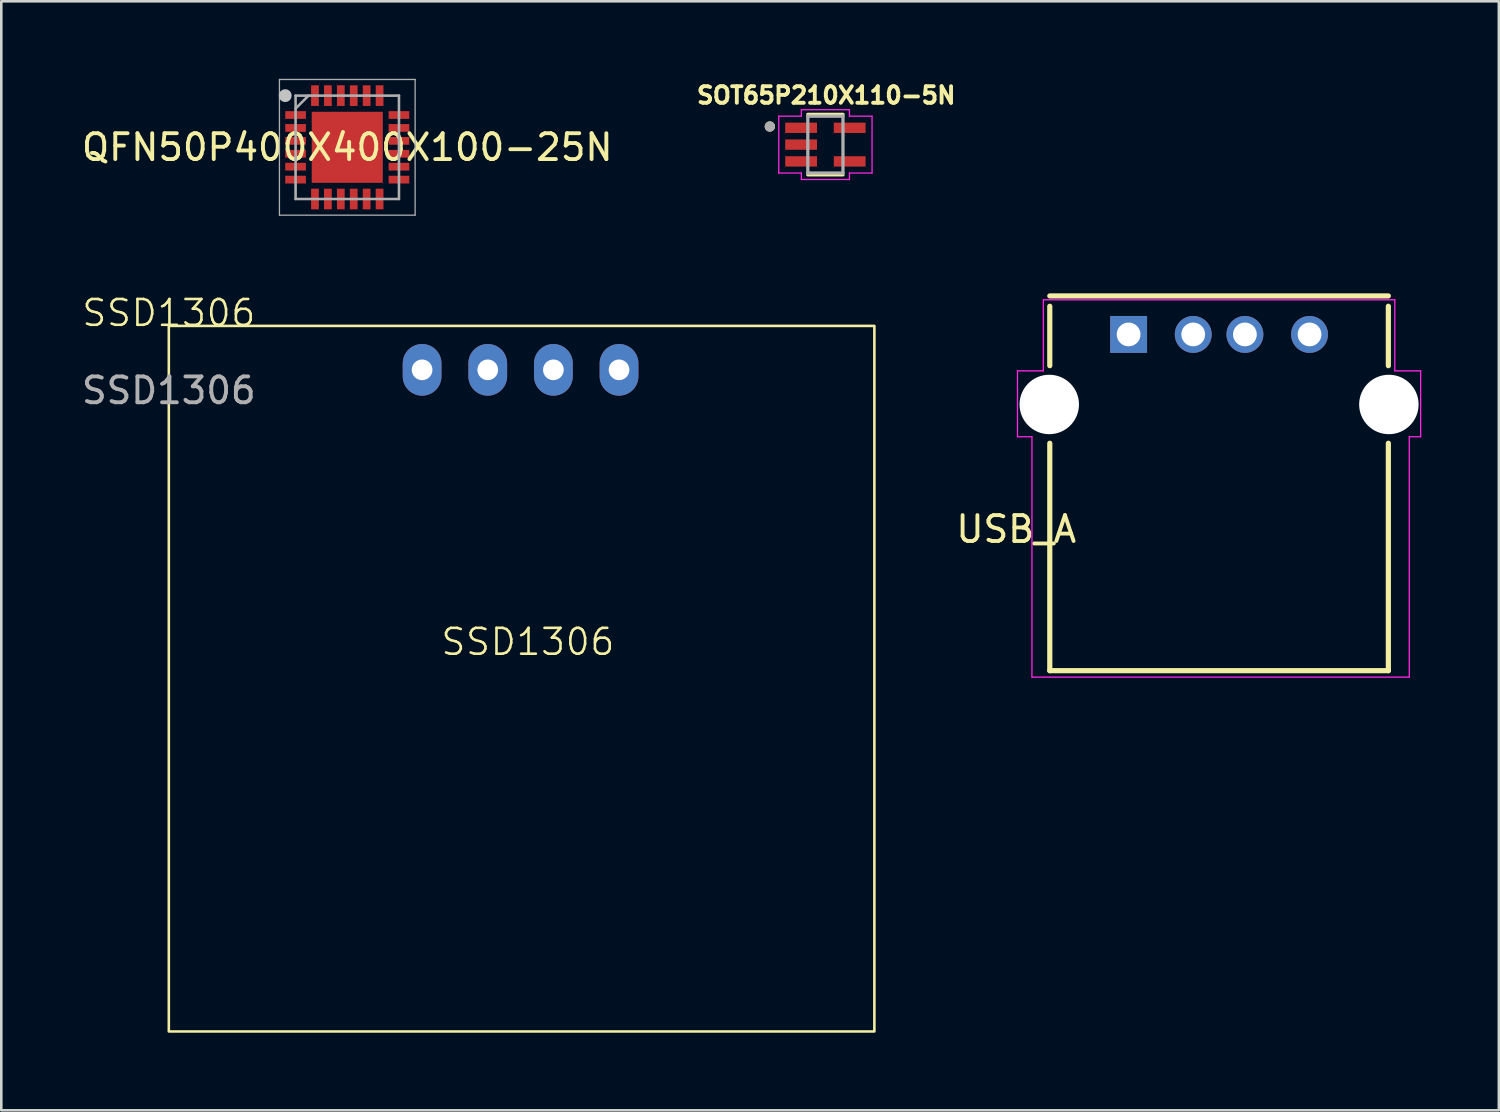
<source format=kicad_pcb>
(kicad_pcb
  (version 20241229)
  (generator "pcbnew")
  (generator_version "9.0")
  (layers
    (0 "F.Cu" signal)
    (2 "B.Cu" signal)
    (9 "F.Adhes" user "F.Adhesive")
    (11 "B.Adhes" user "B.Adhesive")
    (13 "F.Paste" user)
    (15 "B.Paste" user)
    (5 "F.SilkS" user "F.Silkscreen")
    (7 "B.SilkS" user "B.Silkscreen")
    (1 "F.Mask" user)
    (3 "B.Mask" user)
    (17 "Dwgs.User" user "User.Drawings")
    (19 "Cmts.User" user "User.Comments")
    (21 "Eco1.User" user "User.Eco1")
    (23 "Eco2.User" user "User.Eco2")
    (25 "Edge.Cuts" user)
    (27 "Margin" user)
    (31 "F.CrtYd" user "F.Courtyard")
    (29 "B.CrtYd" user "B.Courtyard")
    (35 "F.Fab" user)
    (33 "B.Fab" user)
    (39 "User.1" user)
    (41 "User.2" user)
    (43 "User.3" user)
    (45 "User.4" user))
  (footprint "USB_A"
    (layer "F.Cu")
    (at 44.119 16.4)
    (property "Reference" "USB_A" (at -7.848 1.027 180) (layer "F.SilkS") (effects (font (size 1.002 1.002) (thickness 0.15))))
    (attr through_hole)
    (fp_line (start -6.55 -8) (end 6.55 -8) (stroke (width 0.2) (type solid)) (layer "F.SilkS"))
    (fp_line (start -6.55 -5.3) (end -6.55 -7.6) (stroke (width 0.2) (type solid)) (layer "F.SilkS"))
    (fp_line (start -6.55 -2.3) (end -6.55 6.5) (stroke (width 0.2) (type solid)) (layer "F.SilkS"))
    (fp_line (start -6.55 6.5) (end 6.55 6.5) (stroke (width 0.2) (type solid)) (layer "F.SilkS"))
    (fp_line (start 6.55 -7.6) (end 6.55 -5.3) (stroke (width 0.2) (type solid)) (layer "F.SilkS"))
    (fp_line (start 6.55 6.5) (end 6.55 -2.3) (stroke (width 0.2) (type solid)) (layer "F.SilkS"))
    (fp_line (start -7.8 -5.1) (end -6.8 -5.1) (stroke (width 0.05) (type solid)) (layer "F.CrtYd"))
    (fp_line (start -7.8 -2.55) (end -7.8 -5.1) (stroke (width 0.05) (type solid)) (layer "F.CrtYd"))
    (fp_line (start -7.24 -2.55) (end -7.8 -2.55) (stroke (width 0.05) (type solid)) (layer "F.CrtYd"))
    (fp_line (start -7.24 6.75) (end -7.24 -2.55) (stroke (width 0.05) (type solid)) (layer "F.CrtYd"))
    (fp_line (start -6.8 -7.85) (end 6.8 -7.85) (stroke (width 0.05) (type solid)) (layer "F.CrtYd"))
    (fp_line (start -6.8 -5.1) (end -6.8 -7.85) (stroke (width 0.05) (type solid)) (layer "F.CrtYd"))
    (fp_line (start 6.8 -7.85) (end 6.8 -5.1) (stroke (width 0.05) (type solid)) (layer "F.CrtYd"))
    (fp_line (start 6.8 -5.1) (end 7.8 -5.1) (stroke (width 0.05) (type solid)) (layer "F.CrtYd"))
    (fp_line (start 7.36 -2.55) (end 7.36 6.75) (stroke (width 0.05) (type solid)) (layer "F.CrtYd"))
    (fp_line (start 7.36 6.75) (end -7.24 6.75) (stroke (width 0.05) (type solid)) (layer "F.CrtYd"))
    (fp_line (start 7.8 -5.1) (end 7.8 -2.55) (stroke (width 0.05) (type solid)) (layer "F.CrtYd"))
    (fp_line (start 7.8 -2.55) (end 7.36 -2.55) (stroke (width 0.05) (type solid)) (layer "F.CrtYd"))
    (pad "" np_thru_hole circle (at -6.57 -3.8) (size 2.3 2.3) (drill 2.3) (layers "*.Cu" "*.Mask"))
    (pad "" np_thru_hole circle (at 6.57 -3.8) (size 2.3 2.3) (drill 2.3) (layers "*.Cu" "*.Mask"))
    (pad "1" thru_hole rect (at -3.5 -6.51) (size 1.428 1.428) (drill 0.92) (layers "*.Cu" "*.Mask"))
    (pad "2" thru_hole circle (at -1 -6.51) (size 1.428 1.428) (drill 0.92) (layers "*.Cu" "*.Mask"))
    (pad "3" thru_hole circle (at 1 -6.51) (size 1.428 1.428) (drill 0.92) (layers "*.Cu" "*.Mask"))
    (pad "4" thru_hole circle (at 3.5 -6.51) (size 1.428 1.428) (drill 0.92) (layers "*.Cu" "*.Mask")))
  (footprint "SSD1306"
    (layer "F.Cu")
    (at 3.482 9.56)
    (property "Reference" "SSD1306" (at 0 -0.5 0) (unlocked yes) (layer "F.SilkS") (effects (font (size 1 1) (thickness 0.1))))
    (attr through_hole)
    (fp_rect (start 0 0) (end 27.3 27.3) (stroke (width 0.1) (type default)) (fill no) (layer "F.SilkS"))
    (fp_text user "SSD1306" (at 10.47 12.81 0) (unlocked yes) (layer "F.SilkS") (effects (font (size 1 1) (thickness 0.1)) (justify left bottom)))
    (fp_text user "${REFERENCE}" (at 0 2.5 0) (unlocked yes) (layer "F.Fab") (effects (font (size 1 1) (thickness 0.15))))
    (pad "1" thru_hole oval (at 9.8 1.7) (size 1.5 2) (drill 0.8) (layers "*.Cu" "*.Mask"))
    (pad "2" thru_hole oval (at 12.34 1.7) (size 1.5 2) (drill 0.8) (layers "*.Cu" "*.Mask"))
    (pad "3" thru_hole oval (at 14.88 1.7) (size 1.5 2) (drill 0.8) (layers "*.Cu" "*.Mask"))
    (pad "4" thru_hole oval (at 17.42 1.7) (size 1.5 2) (drill 0.8) (layers "*.Cu" "*.Mask")))
  (footprint "QFN50P400X400X100-25N"
    (layer "F.Cu")
    (at 10.387 2.65)
    (property "Reference" "QFN50P400X400X100-25N" (at 0 0 0) (layer "F.SilkS") (effects (font (size 1 1) (thickness 0.15))))
    (attr smd)
    (fp_circle (center -2.4 -2) (end -2.275 -2) (stroke (width 0.25) (type solid)) (fill no) (layer "Dwgs.User"))
    (fp_line (start -2.625 -2.625) (end 2.625 -2.625) (stroke (width 0.05) (type solid)) (layer "F.Fab"))
    (fp_line (start -2.625 2.625) (end -2.625 -2.625) (stroke (width 0.05) (type solid)) (layer "F.Fab"))
    (fp_line (start -2 -2) (end 2 -2) (stroke (width 0.1) (type solid)) (layer "F.Fab"))
    (fp_line (start -2 -1.5) (end -1.5 -2) (stroke (width 0.1) (type solid)) (layer "F.Fab"))
    (fp_line (start -2 2) (end -2 -2) (stroke (width 0.1) (type solid)) (layer "F.Fab"))
    (fp_line (start 2 -2) (end 2 2) (stroke (width 0.1) (type solid)) (layer "F.Fab"))
    (fp_line (start 2 2) (end -2 2) (stroke (width 0.1) (type solid)) (layer "F.Fab"))
    (fp_line (start 2.625 -2.625) (end 2.625 2.625) (stroke (width 0.05) (type solid)) (layer "F.Fab"))
    (fp_line (start 2.625 2.625) (end -2.625 2.625) (stroke (width 0.05) (type solid)) (layer "F.Fab"))
    (pad "1" smd rect (at -2 -1.25) (size 0.8 0.3) (layers "F.Cu" "F.Mask" "F.Paste"))
    (pad "2" smd rect (at -2 -0.75) (size 0.8 0.3) (layers "F.Cu" "F.Mask" "F.Paste"))
    (pad "3" smd rect (at -2 -0.25) (size 0.8 0.3) (layers "F.Cu" "F.Mask" "F.Paste"))
    (pad "4" smd rect (at -2 0.25) (size 0.8 0.3) (layers "F.Cu" "F.Mask" "F.Paste"))
    (pad "5" smd rect (at -2 0.75) (size 0.8 0.3) (layers "F.Cu" "F.Mask" "F.Paste"))
    (pad "6" smd rect (at -2 1.25) (size 0.8 0.3) (layers "F.Cu" "F.Mask" "F.Paste"))
    (pad "7" smd rect (at -1.25 2 90) (size 0.8 0.3) (layers "F.Cu" "F.Mask" "F.Paste"))
    (pad "8" smd rect (at -0.75 2 90) (size 0.8 0.3) (layers "F.Cu" "F.Mask" "F.Paste"))
    (pad "9" smd rect (at -0.25 2 90) (size 0.8 0.3) (layers "F.Cu" "F.Mask" "F.Paste"))
    (pad "10" smd rect (at 0.25 2 90) (size 0.8 0.3) (layers "F.Cu" "F.Mask" "F.Paste"))
    (pad "11" smd rect (at 0.75 2 90) (size 0.8 0.3) (layers "F.Cu" "F.Mask" "F.Paste"))
    (pad "12" smd rect (at 1.25 2 90) (size 0.8 0.3) (layers "F.Cu" "F.Mask" "F.Paste"))
    (pad "13" smd rect (at 2 1.25) (size 0.8 0.3) (layers "F.Cu" "F.Mask" "F.Paste"))
    (pad "14" smd rect (at 2 0.75) (size 0.8 0.3) (layers "F.Cu" "F.Mask" "F.Paste"))
    (pad "15" smd rect (at 2 0.25) (size 0.8 0.3) (layers "F.Cu" "F.Mask" "F.Paste"))
    (pad "16" smd rect (at 2 -0.25) (size 0.8 0.3) (layers "F.Cu" "F.Mask" "F.Paste"))
    (pad "17" smd rect (at 2 -0.75) (size 0.8 0.3) (layers "F.Cu" "F.Mask" "F.Paste"))
    (pad "18" smd rect (at 2 -1.25) (size 0.8 0.3) (layers "F.Cu" "F.Mask" "F.Paste"))
    (pad "19" smd rect (at 1.25 -2 90) (size 0.8 0.3) (layers "F.Cu" "F.Mask" "F.Paste"))
    (pad "20" smd rect (at 0.75 -2 90) (size 0.8 0.3) (layers "F.Cu" "F.Mask" "F.Paste"))
    (pad "21" smd rect (at 0.25 -2 90) (size 0.8 0.3) (layers "F.Cu" "F.Mask" "F.Paste"))
    (pad "22" smd rect (at -0.25 -2 90) (size 0.8 0.3) (layers "F.Cu" "F.Mask" "F.Paste"))
    (pad "23" smd rect (at -0.75 -2 90) (size 0.8 0.3) (layers "F.Cu" "F.Mask" "F.Paste"))
    (pad "24" smd rect (at -1.25 -2 90) (size 0.8 0.3) (layers "F.Cu" "F.Mask" "F.Paste"))
    (pad "25" smd rect (at 0 0 90) (size 2.75 2.75) (layers "F.Cu" "F.Mask" "F.Paste")))
  (footprint "SOT65P210X110-5N"
    (layer "F.Cu")
    (at 28.887 2.545)
    (property "Reference" "SOT65P210X110-5N" (at 0.031 -1.907 0) (layer "F.SilkS") (effects (font (size 0.64 0.64) (thickness 0.15))))
    (attr smd)
    (fp_line (start -0.68 -1.17) (end 0.68 -1.17) (stroke (width 0.127) (type solid)) (layer "F.SilkS"))
    (fp_line (start 0.68 1.17) (end -0.68 1.17) (stroke (width 0.127) (type solid)) (layer "F.SilkS"))
    (fp_circle (center -2.15 -0.7) (end -2.05 -0.7) (stroke (width 0.2) (type solid)) (fill no) (layer "F.SilkS"))
    (fp_line (start -1.805 -1.1) (end -1.805 1.1) (stroke (width 0.05) (type solid)) (layer "F.CrtYd"))
    (fp_line (start -1.805 1.1) (end -0.93 1.1) (stroke (width 0.05) (type solid)) (layer "F.CrtYd"))
    (fp_line (start -0.93 -1.35) (end -0.93 -1.1) (stroke (width 0.05) (type solid)) (layer "F.CrtYd"))
    (fp_line (start -0.93 -1.1) (end -1.805 -1.1) (stroke (width 0.05) (type solid)) (layer "F.CrtYd"))
    (fp_line (start -0.93 1.1) (end -0.93 1.35) (stroke (width 0.05) (type solid)) (layer "F.CrtYd"))
    (fp_line (start -0.93 1.35) (end 0.93 1.35) (stroke (width 0.05) (type solid)) (layer "F.CrtYd"))
    (fp_line (start 0.93 -1.35) (end -0.93 -1.35) (stroke (width 0.05) (type solid)) (layer "F.CrtYd"))
    (fp_line (start 0.93 -1.1) (end 0.93 -1.35) (stroke (width 0.05) (type solid)) (layer "F.CrtYd"))
    (fp_line (start 0.93 1.1) (end 1.805 1.1) (stroke (width 0.05) (type solid)) (layer "F.CrtYd"))
    (fp_line (start 0.93 1.35) (end 0.93 1.1) (stroke (width 0.05) (type solid)) (layer "F.CrtYd"))
    (fp_line (start 1.805 -1.1) (end 0.93 -1.1) (stroke (width 0.05) (type solid)) (layer "F.CrtYd"))
    (fp_line (start 1.805 1.1) (end 1.805 -1.1) (stroke (width 0.05) (type solid)) (layer "F.CrtYd"))
    (fp_line (start -0.68 -1.1) (end 0.68 -1.1) (stroke (width 0.127) (type solid)) (layer "F.Fab"))
    (fp_line (start -0.68 1.1) (end -0.68 -1.1) (stroke (width 0.127) (type solid)) (layer "F.Fab"))
    (fp_line (start 0.68 -1.1) (end 0.68 1.1) (stroke (width 0.127) (type solid)) (layer "F.Fab"))
    (fp_line (start 0.68 1.1) (end -0.68 1.1) (stroke (width 0.127) (type solid)) (layer "F.Fab"))
    (fp_circle (center -2.15 -0.7) (end -2.05 -0.7) (stroke (width 0.2) (type solid)) (fill no) (layer "F.Fab"))
    (pad "1" smd rect (at -0.94 -0.65) (size 1.23 0.4) (layers "F.Cu" "F.Mask" "F.Paste"))
    (pad "2" smd rect (at -0.94 0) (size 1.23 0.4) (layers "F.Cu" "F.Mask" "F.Paste"))
    (pad "3" smd rect (at -0.94 0.65) (size 1.23 0.4) (layers "F.Cu" "F.Mask" "F.Paste"))
    (pad "4" smd rect (at 0.94 0.65) (size 1.23 0.4) (layers "F.Cu" "F.Mask" "F.Paste"))
    (pad "5" smd rect (at 0.94 -0.65) (size 1.23 0.4) (layers "F.Cu" "F.Mask" "F.Paste")))
  (gr_rect
    (start -3 -3)
    (end 54.944 39.91)
    (stroke (width 0.1) (type default))
    (fill no)
    (layer "Edge.Cuts")))
</source>
